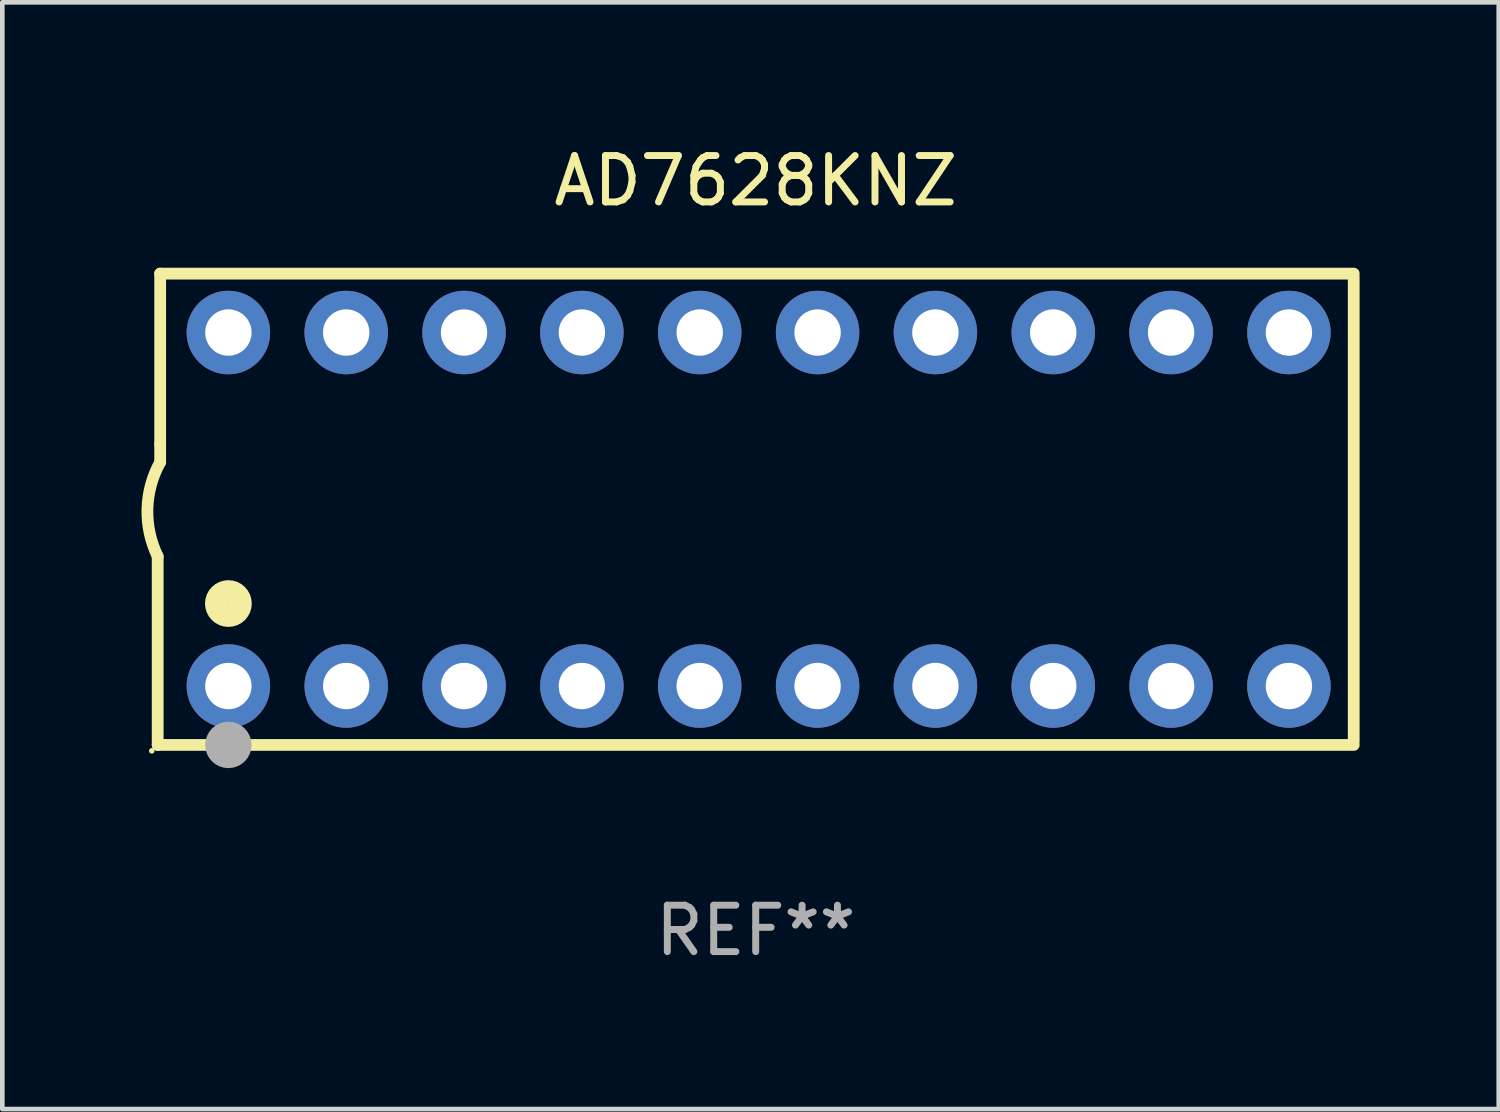
<source format=kicad_pcb>
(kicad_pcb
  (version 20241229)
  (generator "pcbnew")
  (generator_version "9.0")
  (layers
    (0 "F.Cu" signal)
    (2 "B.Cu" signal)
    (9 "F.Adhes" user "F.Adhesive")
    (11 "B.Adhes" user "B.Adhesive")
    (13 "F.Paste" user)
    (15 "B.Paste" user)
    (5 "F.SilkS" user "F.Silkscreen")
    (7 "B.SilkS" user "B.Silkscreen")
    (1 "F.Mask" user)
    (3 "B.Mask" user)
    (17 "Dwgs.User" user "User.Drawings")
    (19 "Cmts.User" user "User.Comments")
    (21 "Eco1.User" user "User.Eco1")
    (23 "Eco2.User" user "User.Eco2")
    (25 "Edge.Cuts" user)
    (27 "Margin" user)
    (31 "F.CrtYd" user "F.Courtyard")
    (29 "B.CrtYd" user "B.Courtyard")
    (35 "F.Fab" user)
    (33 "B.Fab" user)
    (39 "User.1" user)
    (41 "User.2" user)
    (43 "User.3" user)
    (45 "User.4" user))
  (footprint "AD7628KNZ"
    (layer "F.Cu")
    (at 13.24 7.928)
    (property "Reference" "AD7628KNZ" (at 0 -7.08 0) (layer "F.SilkS") (effects (font (size 1 1) (thickness 0.15))))
    (attr through_hole)
    (fp_line (start -12.891 5.08) (end -12.891 1.016) (stroke (width 0.254) (type solid)) (layer "F.SilkS"))
    (fp_line (start -12.891 5.08) (end 12.891 5.08) (stroke (width 0.254) (type solid)) (layer "F.SilkS"))
    (fp_line (start -12.837 -5.08) (end -12.837 -1.397) (stroke (width 0.254) (type solid)) (layer "F.SilkS"))
    (fp_line (start -12.837 -5.08) (end 12.891 -5.08) (stroke (width 0.254) (type solid)) (layer "F.SilkS"))
    (fp_line (start -12.837 -1.397) (end -12.837 -1.016) (stroke (width 0.254) (type solid)) (layer "F.SilkS"))
    (fp_line (start 12.891 -5) (end 12.891 5) (stroke (width 0.254) (type solid)) (layer "F.SilkS"))
    (fp_arc (start -12.890526 1.016002) (mid -13.111945 -0.006602) (end -12.836525 -1.016002) (stroke (width 0.254001) (type solid)) (layer "F.SilkS"))
    (fp_circle (center -13.018 5.207) (end -12.988 5.207) (stroke (width 0.06) (type solid)) (fill no) (layer "F.SilkS"))
    (fp_circle (center -11.367 2.032) (end -11.113 2.032) (stroke (width 0.5) (type solid)) (fill no) (layer "F.SilkS"))
    (fp_circle (center -11.367 5.08) (end -11.117 5.08) (stroke (width 0.5) (type solid)) (fill no) (layer "F.Fab"))
    (fp_text user "REF**" (at 0 9.08 0) (layer "F.Fab") (effects (font (size 1 1) (thickness 0.15))))
    (pad "1" thru_hole circle (at -11.367 3.81) (size 1.8 1.8) (drill 1) (layers "*.Cu" "*.Mask"))
    (pad "2" thru_hole circle (at -8.827 3.81) (size 1.8 1.8) (drill 1) (layers "*.Cu" "*.Mask"))
    (pad "3" thru_hole circle (at -6.287 3.81) (size 1.8 1.8) (drill 1) (layers "*.Cu" "*.Mask"))
    (pad "4" thru_hole circle (at -3.747 3.81) (size 1.8 1.8) (drill 1) (layers "*.Cu" "*.Mask"))
    (pad "5" thru_hole circle (at -1.207 3.81) (size 1.8 1.8) (drill 1) (layers "*.Cu" "*.Mask"))
    (pad "6" thru_hole circle (at 1.334 3.81) (size 1.8 1.8) (drill 1) (layers "*.Cu" "*.Mask"))
    (pad "7" thru_hole circle (at 3.874 3.81) (size 1.8 1.8) (drill 1) (layers "*.Cu" "*.Mask"))
    (pad "8" thru_hole circle (at 6.414 3.81) (size 1.8 1.8) (drill 1) (layers "*.Cu" "*.Mask"))
    (pad "9" thru_hole circle (at 8.954 3.81) (size 1.8 1.8) (drill 1) (layers "*.Cu" "*.Mask"))
    (pad "10" thru_hole circle (at 11.494 3.81) (size 1.8 1.8) (drill 1) (layers "*.Cu" "*.Mask"))
    (pad "11" thru_hole circle (at 11.494 -3.81) (size 1.8 1.8) (drill 1) (layers "*.Cu" "*.Mask"))
    (pad "12" thru_hole circle (at 8.954 -3.81) (size 1.8 1.8) (drill 1) (layers "*.Cu" "*.Mask"))
    (pad "13" thru_hole circle (at 6.414 -3.81) (size 1.8 1.8) (drill 1) (layers "*.Cu" "*.Mask"))
    (pad "14" thru_hole circle (at 3.874 -3.81) (size 1.8 1.8) (drill 1) (layers "*.Cu" "*.Mask"))
    (pad "15" thru_hole circle (at 1.334 -3.81) (size 1.8 1.8) (drill 1) (layers "*.Cu" "*.Mask"))
    (pad "16" thru_hole circle (at -1.207 -3.81) (size 1.8 1.8) (drill 1) (layers "*.Cu" "*.Mask"))
    (pad "17" thru_hole circle (at -3.747 -3.81) (size 1.8 1.8) (drill 1) (layers "*.Cu" "*.Mask"))
    (pad "18" thru_hole circle (at -6.287 -3.81) (size 1.8 1.8) (drill 1) (layers "*.Cu" "*.Mask"))
    (pad "19" thru_hole circle (at -8.827 -3.81) (size 1.8 1.8) (drill 1) (layers "*.Cu" "*.Mask"))
    (pad "20" thru_hole circle (at -11.367 -3.81) (size 1.8 1.8) (drill 1) (layers "*.Cu" "*.Mask")))
  (gr_rect
    (start -3 -3)
    (end 29.257 20.857)
    (stroke (width 0.1) (type default))
    (fill no)
    (layer "Edge.Cuts")))
</source>
